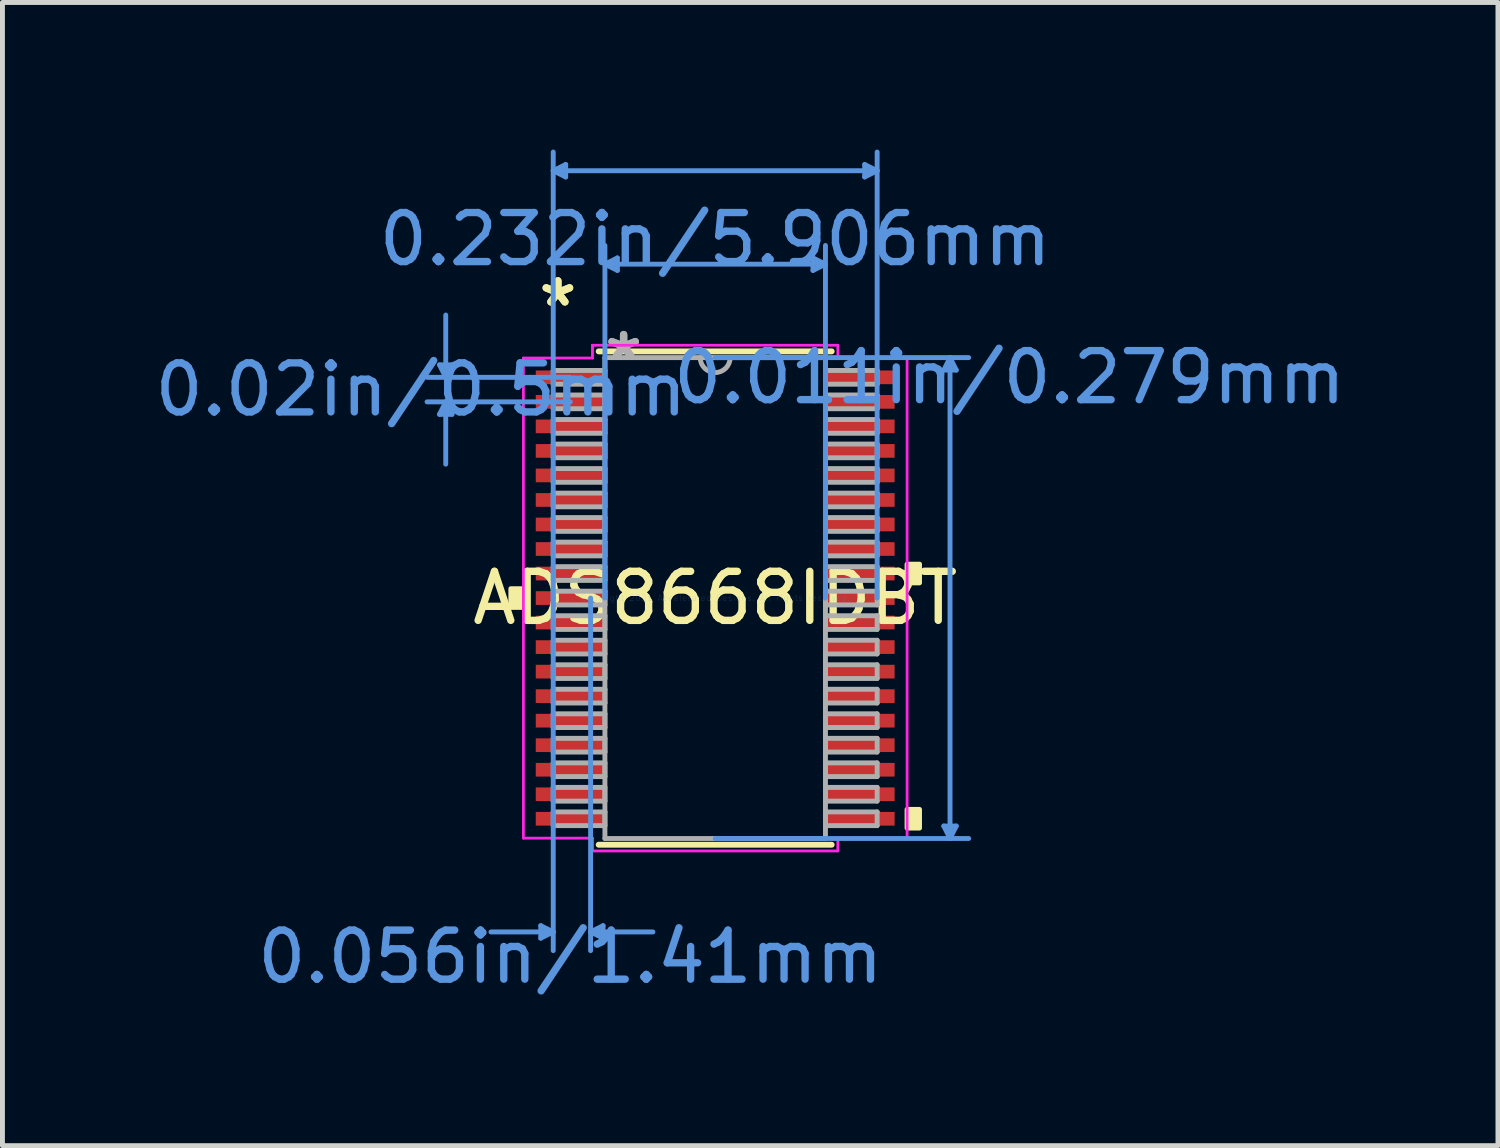
<source format=kicad_pcb>
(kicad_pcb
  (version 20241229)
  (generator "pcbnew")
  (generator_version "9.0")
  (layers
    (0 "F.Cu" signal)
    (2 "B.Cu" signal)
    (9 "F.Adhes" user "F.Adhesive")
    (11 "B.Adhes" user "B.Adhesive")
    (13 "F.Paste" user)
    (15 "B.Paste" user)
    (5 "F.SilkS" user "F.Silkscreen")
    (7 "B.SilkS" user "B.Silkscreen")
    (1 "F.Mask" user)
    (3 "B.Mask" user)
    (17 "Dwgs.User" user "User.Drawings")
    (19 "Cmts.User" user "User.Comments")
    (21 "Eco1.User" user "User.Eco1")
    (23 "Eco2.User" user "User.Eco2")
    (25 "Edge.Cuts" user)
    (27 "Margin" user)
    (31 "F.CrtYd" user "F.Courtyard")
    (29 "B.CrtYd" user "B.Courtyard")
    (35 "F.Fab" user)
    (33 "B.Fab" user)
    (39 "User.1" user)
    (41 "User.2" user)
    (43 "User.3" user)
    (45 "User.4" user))
  (footprint "ADS8668IDBT"
    (layer "F.Cu")
    (at 11.531 9.143)
    (property "Reference" "ADS8668IDBT" (at 0 0 0) (layer "F.SilkS") (effects (font (size 1 1) (thickness 0.15))))
    (attr through_hole)
    (fp_line (start -2.375 5.029) (end 2.375 5.029) (stroke (width 0.12) (type solid)) (layer "F.SilkS"))
    (fp_line (start 2.375 -5.029) (end -2.375 -5.029) (stroke (width 0.12) (type solid)) (layer "F.SilkS"))
    (fp_poly (pts (xy -4.166 -0.191) (xy -4.166 0.191) (xy -3.912 0.191) (xy -3.912 -0.191)) (stroke (width 0.1) (type solid)) (fill yes) (layer "F.SilkS"))
    (fp_poly (pts (xy 4.166 -0.691) (xy 4.166 -0.31) (xy 3.912 -0.31) (xy 3.912 -0.691)) (stroke (width 0.1) (type solid)) (fill yes) (layer "F.SilkS"))
    (fp_poly (pts (xy 4.166 4.309) (xy 4.166 4.69) (xy 3.912 4.69) (xy 3.912 4.309)) (stroke (width 0.1) (type solid)) (fill yes) (layer "F.SilkS"))
    (fp_line (start -5.62 -4.754) (end -5.366 -4.754) (stroke (width 0.1) (type solid)) (layer "Cmts.User"))
    (fp_line (start -5.62 -3.746) (end -5.366 -3.746) (stroke (width 0.1) (type solid)) (layer "Cmts.User"))
    (fp_line (start -5.493 -4.5) (end -5.62 -4.754) (stroke (width 0.1) (type solid)) (layer "Cmts.User"))
    (fp_line (start -5.493 -4.5) (end -5.493 -5.77) (stroke (width 0.1) (type solid)) (layer "Cmts.User"))
    (fp_line (start -5.493 -4.5) (end -5.366 -4.754) (stroke (width 0.1) (type solid)) (layer "Cmts.User"))
    (fp_line (start -5.493 -4) (end -5.62 -3.746) (stroke (width 0.1) (type solid)) (layer "Cmts.User"))
    (fp_line (start -5.493 -4) (end -5.493 -2.73) (stroke (width 0.1) (type solid)) (layer "Cmts.User"))
    (fp_line (start -5.493 -4) (end -5.366 -3.746) (stroke (width 0.1) (type solid)) (layer "Cmts.User"))
    (fp_line (start -3.556 6.68) (end -3.556 6.934) (stroke (width 0.1) (type solid)) (layer "Cmts.User"))
    (fp_line (start -3.302 -8.712) (end -3.048 -8.839) (stroke (width 0.1) (type solid)) (layer "Cmts.User"))
    (fp_line (start -3.302 -8.712) (end -3.048 -8.585) (stroke (width 0.1) (type solid)) (layer "Cmts.User"))
    (fp_line (start -3.302 -8.712) (end 3.302 -8.712) (stroke (width 0.1) (type solid)) (layer "Cmts.User"))
    (fp_line (start -3.302 0) (end -3.302 -9.093) (stroke (width 0.1) (type solid)) (layer "Cmts.User"))
    (fp_line (start -3.302 0) (end -3.302 7.188) (stroke (width 0.1) (type solid)) (layer "Cmts.User"))
    (fp_line (start -3.302 6.807) (end -4.572 6.807) (stroke (width 0.1) (type solid)) (layer "Cmts.User"))
    (fp_line (start -3.302 6.807) (end -3.556 6.68) (stroke (width 0.1) (type solid)) (layer "Cmts.User"))
    (fp_line (start -3.302 6.807) (end -3.556 6.934) (stroke (width 0.1) (type solid)) (layer "Cmts.User"))
    (fp_line (start -3.048 -8.839) (end -3.048 -8.585) (stroke (width 0.1) (type solid)) (layer "Cmts.User"))
    (fp_line (start -2.953 -4.5) (end -5.874 -4.5) (stroke (width 0.1) (type solid)) (layer "Cmts.User"))
    (fp_line (start -2.953 -4) (end -5.874 -4) (stroke (width 0.1) (type solid)) (layer "Cmts.User"))
    (fp_line (start -2.54 0) (end -2.54 7.188) (stroke (width 0.1) (type solid)) (layer "Cmts.User"))
    (fp_line (start -2.54 6.807) (end -2.286 6.68) (stroke (width 0.1) (type solid)) (layer "Cmts.User"))
    (fp_line (start -2.54 6.807) (end -2.286 6.934) (stroke (width 0.1) (type solid)) (layer "Cmts.User"))
    (fp_line (start -2.54 6.807) (end -1.27 6.807) (stroke (width 0.1) (type solid)) (layer "Cmts.User"))
    (fp_line (start -2.286 6.68) (end -2.286 6.934) (stroke (width 0.1) (type solid)) (layer "Cmts.User"))
    (fp_line (start -2.248 -6.807) (end -1.994 -6.934) (stroke (width 0.1) (type solid)) (layer "Cmts.User"))
    (fp_line (start -2.248 -6.807) (end -1.994 -6.68) (stroke (width 0.1) (type solid)) (layer "Cmts.User"))
    (fp_line (start -2.248 -6.807) (end 2.248 -6.807) (stroke (width 0.1) (type solid)) (layer "Cmts.User"))
    (fp_line (start -2.248 0) (end -2.248 -7.188) (stroke (width 0.1) (type solid)) (layer "Cmts.User"))
    (fp_line (start -1.994 -6.934) (end -1.994 -6.68) (stroke (width 0.1) (type solid)) (layer "Cmts.User"))
    (fp_line (start 0 -4.902) (end 5.169 -4.902) (stroke (width 0.1) (type solid)) (layer "Cmts.User"))
    (fp_line (start 0 4.902) (end 5.169 4.902) (stroke (width 0.1) (type solid)) (layer "Cmts.User"))
    (fp_line (start 1.994 -6.934) (end 1.994 -6.68) (stroke (width 0.1) (type solid)) (layer "Cmts.User"))
    (fp_line (start 2.248 -6.807) (end 1.994 -6.934) (stroke (width 0.1) (type solid)) (layer "Cmts.User"))
    (fp_line (start 2.248 -6.807) (end 1.994 -6.68) (stroke (width 0.1) (type solid)) (layer "Cmts.User"))
    (fp_line (start 2.248 0) (end 2.248 -7.188) (stroke (width 0.1) (type solid)) (layer "Cmts.User"))
    (fp_line (start 3.048 -8.839) (end 3.048 -8.585) (stroke (width 0.1) (type solid)) (layer "Cmts.User"))
    (fp_line (start 3.302 -8.712) (end 3.048 -8.839) (stroke (width 0.1) (type solid)) (layer "Cmts.User"))
    (fp_line (start 3.302 -8.712) (end 3.048 -8.585) (stroke (width 0.1) (type solid)) (layer "Cmts.User"))
    (fp_line (start 3.302 0) (end 3.302 -9.093) (stroke (width 0.1) (type solid)) (layer "Cmts.User"))
    (fp_line (start 4.661 -4.648) (end 4.915 -4.648) (stroke (width 0.1) (type solid)) (layer "Cmts.User"))
    (fp_line (start 4.661 4.648) (end 4.915 4.648) (stroke (width 0.1) (type solid)) (layer "Cmts.User"))
    (fp_line (start 4.788 -4.902) (end 4.661 -4.648) (stroke (width 0.1) (type solid)) (layer "Cmts.User"))
    (fp_line (start 4.788 -4.902) (end 4.788 4.902) (stroke (width 0.1) (type solid)) (layer "Cmts.User"))
    (fp_line (start 4.788 -4.902) (end 4.915 -4.648) (stroke (width 0.1) (type solid)) (layer "Cmts.User"))
    (fp_line (start 4.788 4.902) (end 4.661 4.648) (stroke (width 0.1) (type solid)) (layer "Cmts.User"))
    (fp_line (start 4.788 4.902) (end 4.915 4.648) (stroke (width 0.1) (type solid)) (layer "Cmts.User"))
    (fp_line (start -3.912 -4.894) (end -2.502 -4.894) (stroke (width 0.05) (type solid)) (layer "F.CrtYd"))
    (fp_line (start -3.912 -4.894) (end -2.502 -4.894) (stroke (width 0.05) (type solid)) (layer "F.CrtYd"))
    (fp_line (start -3.912 4.894) (end -3.912 -4.894) (stroke (width 0.05) (type solid)) (layer "F.CrtYd"))
    (fp_line (start -3.912 4.894) (end -3.912 -4.894) (stroke (width 0.05) (type solid)) (layer "F.CrtYd"))
    (fp_line (start -3.912 4.894) (end -2.502 4.894) (stroke (width 0.05) (type solid)) (layer "F.CrtYd"))
    (fp_line (start -2.502 -5.156) (end 2.502 -5.156) (stroke (width 0.05) (type solid)) (layer "F.CrtYd"))
    (fp_line (start -2.502 -5.156) (end 2.502 -5.156) (stroke (width 0.05) (type solid)) (layer "F.CrtYd"))
    (fp_line (start -2.502 -4.894) (end -2.502 -5.156) (stroke (width 0.05) (type solid)) (layer "F.CrtYd"))
    (fp_line (start -2.502 -4.894) (end -2.502 -5.156) (stroke (width 0.05) (type solid)) (layer "F.CrtYd"))
    (fp_line (start -2.502 4.894) (end -3.912 4.894) (stroke (width 0.05) (type solid)) (layer "F.CrtYd"))
    (fp_line (start -2.502 5.156) (end -2.502 4.894) (stroke (width 0.05) (type solid)) (layer "F.CrtYd"))
    (fp_line (start -2.502 5.156) (end -2.502 4.894) (stroke (width 0.05) (type solid)) (layer "F.CrtYd"))
    (fp_line (start 2.502 -5.156) (end 2.502 -4.894) (stroke (width 0.05) (type solid)) (layer "F.CrtYd"))
    (fp_line (start 2.502 -5.156) (end 2.502 -4.894) (stroke (width 0.05) (type solid)) (layer "F.CrtYd"))
    (fp_line (start 2.502 -4.894) (end 3.912 -4.894) (stroke (width 0.05) (type solid)) (layer "F.CrtYd"))
    (fp_line (start 2.502 4.894) (end 2.502 5.156) (stroke (width 0.05) (type solid)) (layer "F.CrtYd"))
    (fp_line (start 2.502 4.894) (end 2.502 5.156) (stroke (width 0.05) (type solid)) (layer "F.CrtYd"))
    (fp_line (start 2.502 5.156) (end -2.502 5.156) (stroke (width 0.05) (type solid)) (layer "F.CrtYd"))
    (fp_line (start 2.502 5.156) (end -2.502 5.156) (stroke (width 0.05) (type solid)) (layer "F.CrtYd"))
    (fp_line (start 3.912 -4.894) (end 2.502 -4.894) (stroke (width 0.05) (type solid)) (layer "F.CrtYd"))
    (fp_line (start 3.912 -4.894) (end 3.912 4.894) (stroke (width 0.05) (type solid)) (layer "F.CrtYd"))
    (fp_line (start 3.912 -4.894) (end 3.912 4.894) (stroke (width 0.05) (type solid)) (layer "F.CrtYd"))
    (fp_line (start 3.912 4.894) (end 2.502 4.894) (stroke (width 0.05) (type solid)) (layer "F.CrtYd"))
    (fp_line (start 3.912 4.894) (end 2.502 4.894) (stroke (width 0.05) (type solid)) (layer "F.CrtYd"))
    (fp_line (start -3.302 -4.64) (end -3.302 -4.36) (stroke (width 0.1) (type solid)) (layer "F.Fab"))
    (fp_line (start -3.302 -4.36) (end -2.248 -4.36) (stroke (width 0.1) (type solid)) (layer "F.Fab"))
    (fp_line (start -3.302 -4.14) (end -3.302 -3.86) (stroke (width 0.1) (type solid)) (layer "F.Fab"))
    (fp_line (start -3.302 -3.86) (end -2.248 -3.86) (stroke (width 0.1) (type solid)) (layer "F.Fab"))
    (fp_line (start -3.302 -3.64) (end -3.302 -3.36) (stroke (width 0.1) (type solid)) (layer "F.Fab"))
    (fp_line (start -3.302 -3.36) (end -2.248 -3.36) (stroke (width 0.1) (type solid)) (layer "F.Fab"))
    (fp_line (start -3.302 -3.14) (end -3.302 -2.86) (stroke (width 0.1) (type solid)) (layer "F.Fab"))
    (fp_line (start -3.302 -2.86) (end -2.248 -2.86) (stroke (width 0.1) (type solid)) (layer "F.Fab"))
    (fp_line (start -3.302 -2.64) (end -3.302 -2.36) (stroke (width 0.1) (type solid)) (layer "F.Fab"))
    (fp_line (start -3.302 -2.36) (end -2.248 -2.36) (stroke (width 0.1) (type solid)) (layer "F.Fab"))
    (fp_line (start -3.302 -2.14) (end -3.302 -1.86) (stroke (width 0.1) (type solid)) (layer "F.Fab"))
    (fp_line (start -3.302 -1.86) (end -2.248 -1.86) (stroke (width 0.1) (type solid)) (layer "F.Fab"))
    (fp_line (start -3.302 -1.64) (end -3.302 -1.36) (stroke (width 0.1) (type solid)) (layer "F.Fab"))
    (fp_line (start -3.302 -1.36) (end -2.248 -1.36) (stroke (width 0.1) (type solid)) (layer "F.Fab"))
    (fp_line (start -3.302 -1.14) (end -3.302 -0.86) (stroke (width 0.1) (type solid)) (layer "F.Fab"))
    (fp_line (start -3.302 -0.86) (end -2.248 -0.86) (stroke (width 0.1) (type solid)) (layer "F.Fab"))
    (fp_line (start -3.302 -0.64) (end -3.302 -0.36) (stroke (width 0.1) (type solid)) (layer "F.Fab"))
    (fp_line (start -3.302 -0.36) (end -2.248 -0.36) (stroke (width 0.1) (type solid)) (layer "F.Fab"))
    (fp_line (start -3.302 -0.14) (end -3.302 0.14) (stroke (width 0.1) (type solid)) (layer "F.Fab"))
    (fp_line (start -3.302 0.14) (end -2.248 0.14) (stroke (width 0.1) (type solid)) (layer "F.Fab"))
    (fp_line (start -3.302 0.36) (end -3.302 0.64) (stroke (width 0.1) (type solid)) (layer "F.Fab"))
    (fp_line (start -3.302 0.64) (end -2.248 0.64) (stroke (width 0.1) (type solid)) (layer "F.Fab"))
    (fp_line (start -3.302 0.86) (end -3.302 1.14) (stroke (width 0.1) (type solid)) (layer "F.Fab"))
    (fp_line (start -3.302 1.14) (end -2.248 1.14) (stroke (width 0.1) (type solid)) (layer "F.Fab"))
    (fp_line (start -3.302 1.36) (end -3.302 1.64) (stroke (width 0.1) (type solid)) (layer "F.Fab"))
    (fp_line (start -3.302 1.64) (end -2.248 1.64) (stroke (width 0.1) (type solid)) (layer "F.Fab"))
    (fp_line (start -3.302 1.86) (end -3.302 2.14) (stroke (width 0.1) (type solid)) (layer "F.Fab"))
    (fp_line (start -3.302 2.14) (end -2.248 2.14) (stroke (width 0.1) (type solid)) (layer "F.Fab"))
    (fp_line (start -3.302 2.36) (end -3.302 2.64) (stroke (width 0.1) (type solid)) (layer "F.Fab"))
    (fp_line (start -3.302 2.64) (end -2.248 2.64) (stroke (width 0.1) (type solid)) (layer "F.Fab"))
    (fp_line (start -3.302 2.86) (end -3.302 3.14) (stroke (width 0.1) (type solid)) (layer "F.Fab"))
    (fp_line (start -3.302 3.14) (end -2.248 3.14) (stroke (width 0.1) (type solid)) (layer "F.Fab"))
    (fp_line (start -3.302 3.36) (end -3.302 3.64) (stroke (width 0.1) (type solid)) (layer "F.Fab"))
    (fp_line (start -3.302 3.64) (end -2.248 3.64) (stroke (width 0.1) (type solid)) (layer "F.Fab"))
    (fp_line (start -3.302 3.86) (end -3.302 4.14) (stroke (width 0.1) (type solid)) (layer "F.Fab"))
    (fp_line (start -3.302 4.14) (end -2.248 4.14) (stroke (width 0.1) (type solid)) (layer "F.Fab"))
    (fp_line (start -3.302 4.36) (end -3.302 4.64) (stroke (width 0.1) (type solid)) (layer "F.Fab"))
    (fp_line (start -3.302 4.64) (end -2.248 4.64) (stroke (width 0.1) (type solid)) (layer "F.Fab"))
    (fp_line (start -2.248 -4.902) (end -2.248 4.902) (stroke (width 0.1) (type solid)) (layer "F.Fab"))
    (fp_line (start -2.248 -4.64) (end -3.302 -4.64) (stroke (width 0.1) (type solid)) (layer "F.Fab"))
    (fp_line (start -2.248 -4.36) (end -2.248 -4.64) (stroke (width 0.1) (type solid)) (layer "F.Fab"))
    (fp_line (start -2.248 -4.14) (end -3.302 -4.14) (stroke (width 0.1) (type solid)) (layer "F.Fab"))
    (fp_line (start -2.248 -3.86) (end -2.248 -4.14) (stroke (width 0.1) (type solid)) (layer "F.Fab"))
    (fp_line (start -2.248 -3.64) (end -3.302 -3.64) (stroke (width 0.1) (type solid)) (layer "F.Fab"))
    (fp_line (start -2.248 -3.36) (end -2.248 -3.64) (stroke (width 0.1) (type solid)) (layer "F.Fab"))
    (fp_line (start -2.248 -3.14) (end -3.302 -3.14) (stroke (width 0.1) (type solid)) (layer "F.Fab"))
    (fp_line (start -2.248 -2.86) (end -2.248 -3.14) (stroke (width 0.1) (type solid)) (layer "F.Fab"))
    (fp_line (start -2.248 -2.64) (end -3.302 -2.64) (stroke (width 0.1) (type solid)) (layer "F.Fab"))
    (fp_line (start -2.248 -2.36) (end -2.248 -2.64) (stroke (width 0.1) (type solid)) (layer "F.Fab"))
    (fp_line (start -2.248 -2.14) (end -3.302 -2.14) (stroke (width 0.1) (type solid)) (layer "F.Fab"))
    (fp_line (start -2.248 -1.86) (end -2.248 -2.14) (stroke (width 0.1) (type solid)) (layer "F.Fab"))
    (fp_line (start -2.248 -1.64) (end -3.302 -1.64) (stroke (width 0.1) (type solid)) (layer "F.Fab"))
    (fp_line (start -2.248 -1.36) (end -2.248 -1.64) (stroke (width 0.1) (type solid)) (layer "F.Fab"))
    (fp_line (start -2.248 -1.14) (end -3.302 -1.14) (stroke (width 0.1) (type solid)) (layer "F.Fab"))
    (fp_line (start -2.248 -0.86) (end -2.248 -1.14) (stroke (width 0.1) (type solid)) (layer "F.Fab"))
    (fp_line (start -2.248 -0.64) (end -3.302 -0.64) (stroke (width 0.1) (type solid)) (layer "F.Fab"))
    (fp_line (start -2.248 -0.36) (end -2.248 -0.64) (stroke (width 0.1) (type solid)) (layer "F.Fab"))
    (fp_line (start -2.248 -0.14) (end -3.302 -0.14) (stroke (width 0.1) (type solid)) (layer "F.Fab"))
    (fp_line (start -2.248 0.14) (end -2.248 -0.14) (stroke (width 0.1) (type solid)) (layer "F.Fab"))
    (fp_line (start -2.248 0.36) (end -3.302 0.36) (stroke (width 0.1) (type solid)) (layer "F.Fab"))
    (fp_line (start -2.248 0.64) (end -2.248 0.36) (stroke (width 0.1) (type solid)) (layer "F.Fab"))
    (fp_line (start -2.248 0.86) (end -3.302 0.86) (stroke (width 0.1) (type solid)) (layer "F.Fab"))
    (fp_line (start -2.248 1.14) (end -2.248 0.86) (stroke (width 0.1) (type solid)) (layer "F.Fab"))
    (fp_line (start -2.248 1.36) (end -3.302 1.36) (stroke (width 0.1) (type solid)) (layer "F.Fab"))
    (fp_line (start -2.248 1.64) (end -2.248 1.36) (stroke (width 0.1) (type solid)) (layer "F.Fab"))
    (fp_line (start -2.248 1.86) (end -3.302 1.86) (stroke (width 0.1) (type solid)) (layer "F.Fab"))
    (fp_line (start -2.248 2.14) (end -2.248 1.86) (stroke (width 0.1) (type solid)) (layer "F.Fab"))
    (fp_line (start -2.248 2.36) (end -3.302 2.36) (stroke (width 0.1) (type solid)) (layer "F.Fab"))
    (fp_line (start -2.248 2.64) (end -2.248 2.36) (stroke (width 0.1) (type solid)) (layer "F.Fab"))
    (fp_line (start -2.248 2.86) (end -3.302 2.86) (stroke (width 0.1) (type solid)) (layer "F.Fab"))
    (fp_line (start -2.248 3.14) (end -2.248 2.86) (stroke (width 0.1) (type solid)) (layer "F.Fab"))
    (fp_line (start -2.248 3.36) (end -3.302 3.36) (stroke (width 0.1) (type solid)) (layer "F.Fab"))
    (fp_line (start -2.248 3.64) (end -2.248 3.36) (stroke (width 0.1) (type solid)) (layer "F.Fab"))
    (fp_line (start -2.248 3.86) (end -3.302 3.86) (stroke (width 0.1) (type solid)) (layer "F.Fab"))
    (fp_line (start -2.248 4.14) (end -2.248 3.86) (stroke (width 0.1) (type solid)) (layer "F.Fab"))
    (fp_line (start -2.248 4.36) (end -3.302 4.36) (stroke (width 0.1) (type solid)) (layer "F.Fab"))
    (fp_line (start -2.248 4.64) (end -2.248 4.36) (stroke (width 0.1) (type solid)) (layer "F.Fab"))
    (fp_line (start -2.248 4.902) (end 2.248 4.902) (stroke (width 0.1) (type solid)) (layer "F.Fab"))
    (fp_line (start 2.248 -4.902) (end -2.248 -4.902) (stroke (width 0.1) (type solid)) (layer "F.Fab"))
    (fp_line (start 2.248 -4.64) (end 2.248 -4.36) (stroke (width 0.1) (type solid)) (layer "F.Fab"))
    (fp_line (start 2.248 -4.36) (end 3.302 -4.36) (stroke (width 0.1) (type solid)) (layer "F.Fab"))
    (fp_line (start 2.248 -4.14) (end 2.248 -3.86) (stroke (width 0.1) (type solid)) (layer "F.Fab"))
    (fp_line (start 2.248 -3.86) (end 3.302 -3.86) (stroke (width 0.1) (type solid)) (layer "F.Fab"))
    (fp_line (start 2.248 -3.64) (end 2.248 -3.36) (stroke (width 0.1) (type solid)) (layer "F.Fab"))
    (fp_line (start 2.248 -3.36) (end 3.302 -3.36) (stroke (width 0.1) (type solid)) (layer "F.Fab"))
    (fp_line (start 2.248 -3.14) (end 2.248 -2.86) (stroke (width 0.1) (type solid)) (layer "F.Fab"))
    (fp_line (start 2.248 -2.86) (end 3.302 -2.86) (stroke (width 0.1) (type solid)) (layer "F.Fab"))
    (fp_line (start 2.248 -2.64) (end 2.248 -2.36) (stroke (width 0.1) (type solid)) (layer "F.Fab"))
    (fp_line (start 2.248 -2.36) (end 3.302 -2.36) (stroke (width 0.1) (type solid)) (layer "F.Fab"))
    (fp_line (start 2.248 -2.14) (end 2.248 -1.86) (stroke (width 0.1) (type solid)) (layer "F.Fab"))
    (fp_line (start 2.248 -1.86) (end 3.302 -1.86) (stroke (width 0.1) (type solid)) (layer "F.Fab"))
    (fp_line (start 2.248 -1.64) (end 2.248 -1.36) (stroke (width 0.1) (type solid)) (layer "F.Fab"))
    (fp_line (start 2.248 -1.36) (end 3.302 -1.36) (stroke (width 0.1) (type solid)) (layer "F.Fab"))
    (fp_line (start 2.248 -1.14) (end 2.248 -0.86) (stroke (width 0.1) (type solid)) (layer "F.Fab"))
    (fp_line (start 2.248 -0.86) (end 3.302 -0.86) (stroke (width 0.1) (type solid)) (layer "F.Fab"))
    (fp_line (start 2.248 -0.64) (end 2.248 -0.36) (stroke (width 0.1) (type solid)) (layer "F.Fab"))
    (fp_line (start 2.248 -0.36) (end 3.302 -0.36) (stroke (width 0.1) (type solid)) (layer "F.Fab"))
    (fp_line (start 2.248 -0.14) (end 2.248 0.14) (stroke (width 0.1) (type solid)) (layer "F.Fab"))
    (fp_line (start 2.248 0.14) (end 3.302 0.14) (stroke (width 0.1) (type solid)) (layer "F.Fab"))
    (fp_line (start 2.248 0.36) (end 2.248 0.64) (stroke (width 0.1) (type solid)) (layer "F.Fab"))
    (fp_line (start 2.248 0.64) (end 3.302 0.64) (stroke (width 0.1) (type solid)) (layer "F.Fab"))
    (fp_line (start 2.248 0.86) (end 2.248 1.14) (stroke (width 0.1) (type solid)) (layer "F.Fab"))
    (fp_line (start 2.248 1.14) (end 3.302 1.14) (stroke (width 0.1) (type solid)) (layer "F.Fab"))
    (fp_line (start 2.248 1.36) (end 2.248 1.64) (stroke (width 0.1) (type solid)) (layer "F.Fab"))
    (fp_line (start 2.248 1.64) (end 3.302 1.64) (stroke (width 0.1) (type solid)) (layer "F.Fab"))
    (fp_line (start 2.248 1.86) (end 2.248 2.14) (stroke (width 0.1) (type solid)) (layer "F.Fab"))
    (fp_line (start 2.248 2.14) (end 3.302 2.14) (stroke (width 0.1) (type solid)) (layer "F.Fab"))
    (fp_line (start 2.248 2.36) (end 2.248 2.64) (stroke (width 0.1) (type solid)) (layer "F.Fab"))
    (fp_line (start 2.248 2.64) (end 3.302 2.64) (stroke (width 0.1) (type solid)) (layer "F.Fab"))
    (fp_line (start 2.248 2.86) (end 2.248 3.14) (stroke (width 0.1) (type solid)) (layer "F.Fab"))
    (fp_line (start 2.248 3.14) (end 3.302 3.14) (stroke (width 0.1) (type solid)) (layer "F.Fab"))
    (fp_line (start 2.248 3.36) (end 2.248 3.64) (stroke (width 0.1) (type solid)) (layer "F.Fab"))
    (fp_line (start 2.248 3.64) (end 3.302 3.64) (stroke (width 0.1) (type solid)) (layer "F.Fab"))
    (fp_line (start 2.248 3.86) (end 2.248 4.14) (stroke (width 0.1) (type solid)) (layer "F.Fab"))
    (fp_line (start 2.248 4.14) (end 3.302 4.14) (stroke (width 0.1) (type solid)) (layer "F.Fab"))
    (fp_line (start 2.248 4.36) (end 2.248 4.64) (stroke (width 0.1) (type solid)) (layer "F.Fab"))
    (fp_line (start 2.248 4.64) (end 3.302 4.64) (stroke (width 0.1) (type solid)) (layer "F.Fab"))
    (fp_line (start 2.248 4.902) (end 2.248 -4.902) (stroke (width 0.1) (type solid)) (layer "F.Fab"))
    (fp_line (start 3.302 -4.64) (end 2.248 -4.64) (stroke (width 0.1) (type solid)) (layer "F.Fab"))
    (fp_line (start 3.302 -4.36) (end 3.302 -4.64) (stroke (width 0.1) (type solid)) (layer "F.Fab"))
    (fp_line (start 3.302 -4.14) (end 2.248 -4.14) (stroke (width 0.1) (type solid)) (layer "F.Fab"))
    (fp_line (start 3.302 -3.86) (end 3.302 -4.14) (stroke (width 0.1) (type solid)) (layer "F.Fab"))
    (fp_line (start 3.302 -3.64) (end 2.248 -3.64) (stroke (width 0.1) (type solid)) (layer "F.Fab"))
    (fp_line (start 3.302 -3.36) (end 3.302 -3.64) (stroke (width 0.1) (type solid)) (layer "F.Fab"))
    (fp_line (start 3.302 -3.14) (end 2.248 -3.14) (stroke (width 0.1) (type solid)) (layer "F.Fab"))
    (fp_line (start 3.302 -2.86) (end 3.302 -3.14) (stroke (width 0.1) (type solid)) (layer "F.Fab"))
    (fp_line (start 3.302 -2.64) (end 2.248 -2.64) (stroke (width 0.1) (type solid)) (layer "F.Fab"))
    (fp_line (start 3.302 -2.36) (end 3.302 -2.64) (stroke (width 0.1) (type solid)) (layer "F.Fab"))
    (fp_line (start 3.302 -2.14) (end 2.248 -2.14) (stroke (width 0.1) (type solid)) (layer "F.Fab"))
    (fp_line (start 3.302 -1.86) (end 3.302 -2.14) (stroke (width 0.1) (type solid)) (layer "F.Fab"))
    (fp_line (start 3.302 -1.64) (end 2.248 -1.64) (stroke (width 0.1) (type solid)) (layer "F.Fab"))
    (fp_line (start 3.302 -1.36) (end 3.302 -1.64) (stroke (width 0.1) (type solid)) (layer "F.Fab"))
    (fp_line (start 3.302 -1.14) (end 2.248 -1.14) (stroke (width 0.1) (type solid)) (layer "F.Fab"))
    (fp_line (start 3.302 -0.86) (end 3.302 -1.14) (stroke (width 0.1) (type solid)) (layer "F.Fab"))
    (fp_line (start 3.302 -0.64) (end 2.248 -0.64) (stroke (width 0.1) (type solid)) (layer "F.Fab"))
    (fp_line (start 3.302 -0.36) (end 3.302 -0.64) (stroke (width 0.1) (type solid)) (layer "F.Fab"))
    (fp_line (start 3.302 -0.14) (end 2.248 -0.14) (stroke (width 0.1) (type solid)) (layer "F.Fab"))
    (fp_line (start 3.302 0.14) (end 3.302 -0.14) (stroke (width 0.1) (type solid)) (layer "F.Fab"))
    (fp_line (start 3.302 0.36) (end 2.248 0.36) (stroke (width 0.1) (type solid)) (layer "F.Fab"))
    (fp_line (start 3.302 0.64) (end 3.302 0.36) (stroke (width 0.1) (type solid)) (layer "F.Fab"))
    (fp_line (start 3.302 0.86) (end 2.248 0.86) (stroke (width 0.1) (type solid)) (layer "F.Fab"))
    (fp_line (start 3.302 1.14) (end 3.302 0.86) (stroke (width 0.1) (type solid)) (layer "F.Fab"))
    (fp_line (start 3.302 1.36) (end 2.248 1.36) (stroke (width 0.1) (type solid)) (layer "F.Fab"))
    (fp_line (start 3.302 1.64) (end 3.302 1.36) (stroke (width 0.1) (type solid)) (layer "F.Fab"))
    (fp_line (start 3.302 1.86) (end 2.248 1.86) (stroke (width 0.1) (type solid)) (layer "F.Fab"))
    (fp_line (start 3.302 2.14) (end 3.302 1.86) (stroke (width 0.1) (type solid)) (layer "F.Fab"))
    (fp_line (start 3.302 2.36) (end 2.248 2.36) (stroke (width 0.1) (type solid)) (layer "F.Fab"))
    (fp_line (start 3.302 2.64) (end 3.302 2.36) (stroke (width 0.1) (type solid)) (layer "F.Fab"))
    (fp_line (start 3.302 2.86) (end 2.248 2.86) (stroke (width 0.1) (type solid)) (layer "F.Fab"))
    (fp_line (start 3.302 3.14) (end 3.302 2.86) (stroke (width 0.1) (type solid)) (layer "F.Fab"))
    (fp_line (start 3.302 3.36) (end 2.248 3.36) (stroke (width 0.1) (type solid)) (layer "F.Fab"))
    (fp_line (start 3.302 3.64) (end 3.302 3.36) (stroke (width 0.1) (type solid)) (layer "F.Fab"))
    (fp_line (start 3.302 3.86) (end 2.248 3.86) (stroke (width 0.1) (type solid)) (layer "F.Fab"))
    (fp_line (start 3.302 4.14) (end 3.302 3.86) (stroke (width 0.1) (type solid)) (layer "F.Fab"))
    (fp_line (start 3.302 4.36) (end 2.248 4.36) (stroke (width 0.1) (type solid)) (layer "F.Fab"))
    (fp_line (start 3.302 4.64) (end 3.302 4.36) (stroke (width 0.1) (type solid)) (layer "F.Fab"))
    (fp_arc (start 0.3048 -4.9022) (mid 0 -4.5974) (end -0.3048 -4.9022) (stroke (width 0.1) (type solid)) (layer "F.Fab"))
    (fp_text user "*" (at -3.207 -5.922 0) (layer "F.SilkS") (effects (font (size 1 1) (thickness 0.15))))
    (fp_text user "*" (at -3.207 -5.922 0) (layer "F.SilkS") (effects (font (size 1 1) (thickness 0.15))))
    (fp_text user "0.056in/1.41mm" (at -2.953 7.315 0) (layer "Cmts.User") (effects (font (size 1 1) (thickness 0.15))))
    (fp_text user "0.011in/0.279mm" (at 6.001 -4.5 0) (layer "Cmts.User") (effects (font (size 1 1) (thickness 0.15))))
    (fp_text user "0.02in/0.5mm" (at -6.001 -4.25 0) (layer "Cmts.User") (effects (font (size 1 1) (thickness 0.15))))
    (fp_text user "Copyright 2021 Accelerated Designs. All rights reserved." (at 0 0 0) (layer "Cmts.User") (effects (font (size 0.127 0.127) (thickness 0.002))))
    (fp_text user "0.232in/5.906mm" (at 0 -7.315 0) (layer "Cmts.User") (effects (font (size 1 1) (thickness 0.15))))
    (fp_text user "*" (at -1.867 -4.826 0) (layer "F.Fab") (effects (font (size 1 1) (thickness 0.15))))
    (fp_text user "*" (at -1.867 -4.826 0) (layer "F.Fab") (effects (font (size 1 1) (thickness 0.15))))
    (pad "1" smd rect (at -2.953 -4.5) (size 1.41 0.279) (layers "F.Cu" "F.Mask" "F.Paste"))
    (pad "2" smd rect (at -2.953 -4) (size 1.41 0.279) (layers "F.Cu" "F.Mask" "F.Paste"))
    (pad "3" smd rect (at -2.953 -3.5) (size 1.41 0.279) (layers "F.Cu" "F.Mask" "F.Paste"))
    (pad "4" smd rect (at -2.953 -3) (size 1.41 0.279) (layers "F.Cu" "F.Mask" "F.Paste"))
    (pad "5" smd rect (at -2.953 -2.5) (size 1.41 0.279) (layers "F.Cu" "F.Mask" "F.Paste"))
    (pad "6" smd rect (at -2.953 -2) (size 1.41 0.279) (layers "F.Cu" "F.Mask" "F.Paste"))
    (pad "7" smd rect (at -2.953 -1.5) (size 1.41 0.279) (layers "F.Cu" "F.Mask" "F.Paste"))
    (pad "8" smd rect (at -2.953 -1) (size 1.41 0.279) (layers "F.Cu" "F.Mask" "F.Paste"))
    (pad "9" smd rect (at -2.953 -0.5) (size 1.41 0.279) (layers "F.Cu" "F.Mask" "F.Paste"))
    (pad "10" smd rect (at -2.953 0) (size 1.41 0.279) (layers "F.Cu" "F.Mask" "F.Paste"))
    (pad "11" smd rect (at -2.953 0.5) (size 1.41 0.279) (layers "F.Cu" "F.Mask" "F.Paste"))
    (pad "12" smd rect (at -2.953 1) (size 1.41 0.279) (layers "F.Cu" "F.Mask" "F.Paste"))
    (pad "13" smd rect (at -2.953 1.5) (size 1.41 0.279) (layers "F.Cu" "F.Mask" "F.Paste"))
    (pad "14" smd rect (at -2.953 2) (size 1.41 0.279) (layers "F.Cu" "F.Mask" "F.Paste"))
    (pad "15" smd rect (at -2.953 2.5) (size 1.41 0.279) (layers "F.Cu" "F.Mask" "F.Paste"))
    (pad "16" smd rect (at -2.953 3) (size 1.41 0.279) (layers "F.Cu" "F.Mask" "F.Paste"))
    (pad "17" smd rect (at -2.953 3.5) (size 1.41 0.279) (layers "F.Cu" "F.Mask" "F.Paste"))
    (pad "18" smd rect (at -2.953 4) (size 1.41 0.279) (layers "F.Cu" "F.Mask" "F.Paste"))
    (pad "19" smd rect (at -2.953 4.5) (size 1.41 0.279) (layers "F.Cu" "F.Mask" "F.Paste"))
    (pad "20" smd rect (at 2.953 4.5) (size 1.41 0.279) (layers "F.Cu" "F.Mask" "F.Paste"))
    (pad "21" smd rect (at 2.953 4) (size 1.41 0.279) (layers "F.Cu" "F.Mask" "F.Paste"))
    (pad "22" smd rect (at 2.953 3.5) (size 1.41 0.279) (layers "F.Cu" "F.Mask" "F.Paste"))
    (pad "23" smd rect (at 2.953 3) (size 1.41 0.279) (layers "F.Cu" "F.Mask" "F.Paste"))
    (pad "24" smd rect (at 2.953 2.5) (size 1.41 0.279) (layers "F.Cu" "F.Mask" "F.Paste"))
    (pad "25" smd rect (at 2.953 2) (size 1.41 0.279) (layers "F.Cu" "F.Mask" "F.Paste"))
    (pad "26" smd rect (at 2.953 1.5) (size 1.41 0.279) (layers "F.Cu" "F.Mask" "F.Paste"))
    (pad "27" smd rect (at 2.953 1) (size 1.41 0.279) (layers "F.Cu" "F.Mask" "F.Paste"))
    (pad "28" smd rect (at 2.953 0.5) (size 1.41 0.279) (layers "F.Cu" "F.Mask" "F.Paste"))
    (pad "29" smd rect (at 2.953 0) (size 1.41 0.279) (layers "F.Cu" "F.Mask" "F.Paste"))
    (pad "30" smd rect (at 2.953 -0.5) (size 1.41 0.279) (layers "F.Cu" "F.Mask" "F.Paste"))
    (pad "31" smd rect (at 2.953 -1) (size 1.41 0.279) (layers "F.Cu" "F.Mask" "F.Paste"))
    (pad "32" smd rect (at 2.953 -1.5) (size 1.41 0.279) (layers "F.Cu" "F.Mask" "F.Paste"))
    (pad "33" smd rect (at 2.953 -2) (size 1.41 0.279) (layers "F.Cu" "F.Mask" "F.Paste"))
    (pad "34" smd rect (at 2.953 -2.5) (size 1.41 0.279) (layers "F.Cu" "F.Mask" "F.Paste"))
    (pad "35" smd rect (at 2.953 -3) (size 1.41 0.279) (layers "F.Cu" "F.Mask" "F.Paste"))
    (pad "36" smd rect (at 2.953 -3.5) (size 1.41 0.279) (layers "F.Cu" "F.Mask" "F.Paste"))
    (pad "37" smd rect (at 2.953 -4) (size 1.41 0.279) (layers "F.Cu" "F.Mask" "F.Paste"))
    (pad "38" smd rect (at 2.953 -4.5) (size 1.41 0.279) (layers "F.Cu" "F.Mask" "F.Paste")))
  (gr_rect
    (start -3 -3)
    (end 27.49 20.307)
    (stroke (width 0.1) (type default))
    (fill no)
    (layer "Edge.Cuts")))
</source>
